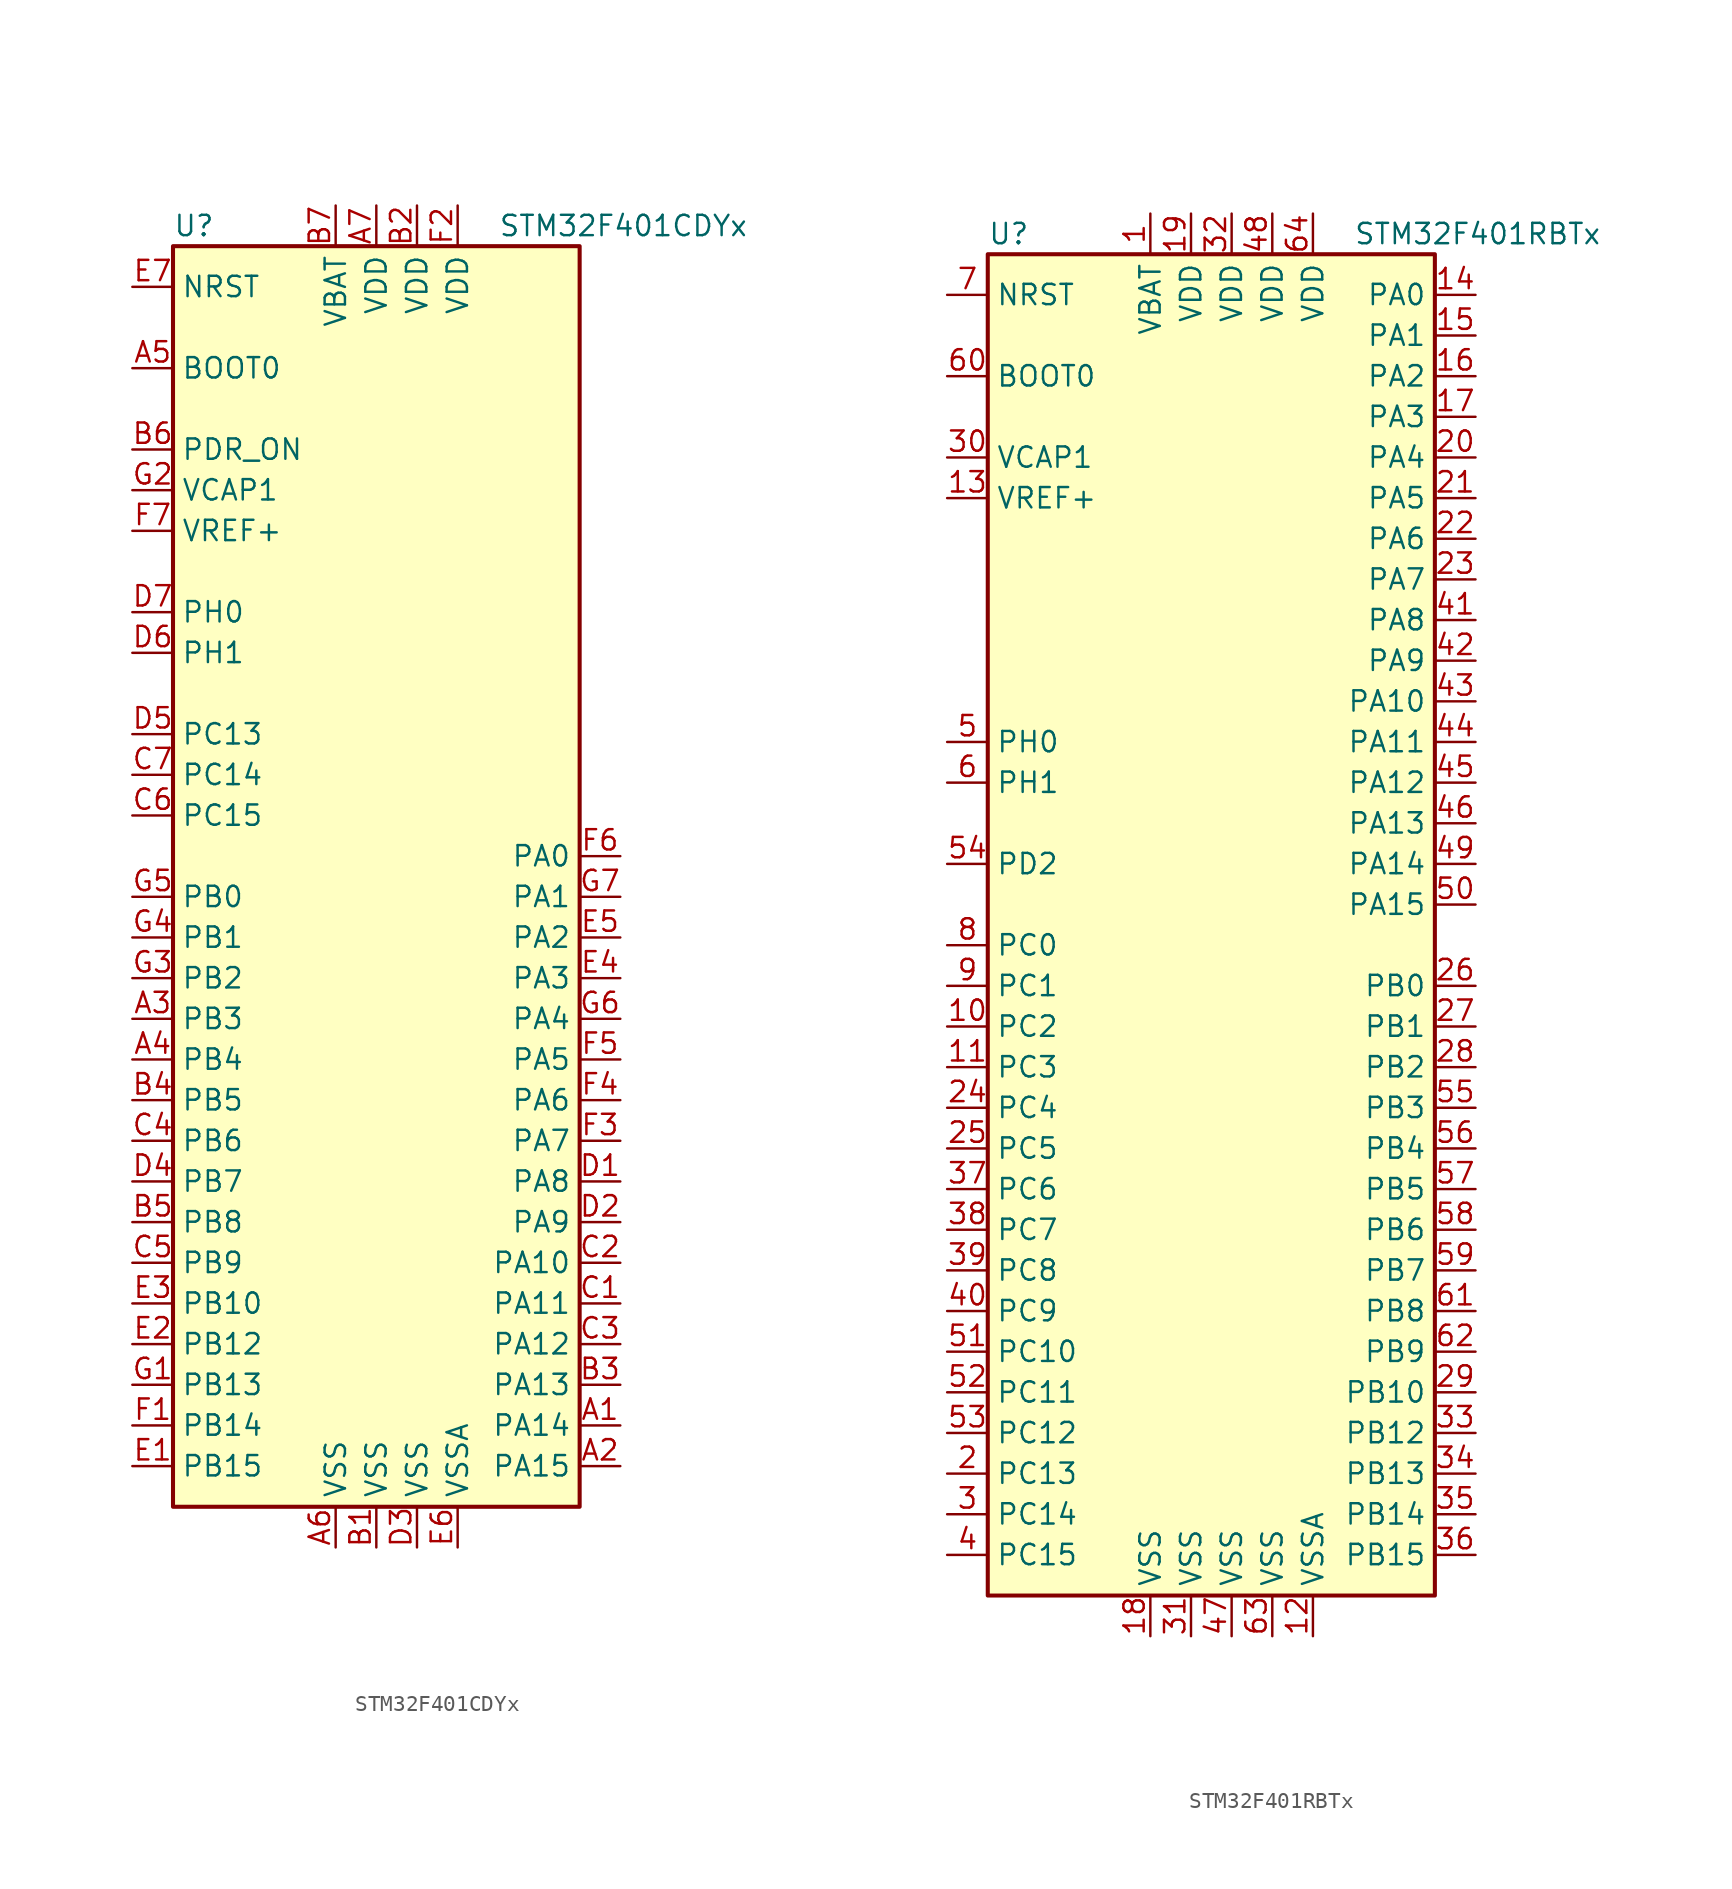
<source format=kicad_sym>
(kicad_symbol_lib
  (version 20201005)
  (generator kicad_symbol_editor)
  (symbol "STM32F401CDYx"
    (property "Reference" "U"
      (at -12.7 39.37 0)
      (effects (font (size 1.27 1.27)) (justify left)))
    (property "Value" "STM32F401CDYx"
      (at 7.62 39.37 0)
      (effects (font (size 1.27 1.27)) (justify left)))
    (symbol "STM32F401CDYx_0_1"
      (rectangle (start -12.7 -40.64) (end 12.7 38.1) (stroke (width 0.254)) (fill (type background))))
    (symbol "STM32F401CDYx_1_1"
      (pin input line (at -15.24 30.48 0) (length 2.54) (name "BOOT0" (effects (font (size 1.27 1.27)))) (number "A5" (effects (font (size 1.27 1.27)))))
      (pin input line (at -15.24 35.56 0) (length 2.54) (name "NRST" (effects (font (size 1.27 1.27)))) (number "E7" (effects (font (size 1.27 1.27)))))
      (pin bidirectional line (at 15.24 0 180) (length 2.54) (name "PA0" (effects (font (size 1.27 1.27)))) (number "F6" (effects (font (size 1.27 1.27)))))
      (pin bidirectional line (at 15.24 -2.54 180) (length 2.54) (name "PA1" (effects (font (size 1.27 1.27)))) (number "G7" (effects (font (size 1.27 1.27)))))
      (pin bidirectional line (at 15.24 -25.4 180) (length 2.54) (name "PA10" (effects (font (size 1.27 1.27)))) (number "C2" (effects (font (size 1.27 1.27)))))
      (pin bidirectional line (at 15.24 -27.94 180) (length 2.54) (name "PA11" (effects (font (size 1.27 1.27)))) (number "C1" (effects (font (size 1.27 1.27)))))
      (pin bidirectional line (at 15.24 -30.48 180) (length 2.54) (name "PA12" (effects (font (size 1.27 1.27)))) (number "C3" (effects (font (size 1.27 1.27)))))
      (pin bidirectional line (at 15.24 -33.02 180) (length 2.54) (name "PA13" (effects (font (size 1.27 1.27)))) (number "B3" (effects (font (size 1.27 1.27)))))
      (pin bidirectional line (at 15.24 -35.56 180) (length 2.54) (name "PA14" (effects (font (size 1.27 1.27)))) (number "A1" (effects (font (size 1.27 1.27)))))
      (pin bidirectional line (at 15.24 -38.1 180) (length 2.54) (name "PA15" (effects (font (size 1.27 1.27)))) (number "A2" (effects (font (size 1.27 1.27)))))
      (pin bidirectional line (at 15.24 -5.08 180) (length 2.54) (name "PA2" (effects (font (size 1.27 1.27)))) (number "E5" (effects (font (size 1.27 1.27)))))
      (pin bidirectional line (at 15.24 -7.62 180) (length 2.54) (name "PA3" (effects (font (size 1.27 1.27)))) (number "E4" (effects (font (size 1.27 1.27)))))
      (pin bidirectional line (at 15.24 -10.16 180) (length 2.54) (name "PA4" (effects (font (size 1.27 1.27)))) (number "G6" (effects (font (size 1.27 1.27)))))
      (pin bidirectional line (at 15.24 -12.7 180) (length 2.54) (name "PA5" (effects (font (size 1.27 1.27)))) (number "F5" (effects (font (size 1.27 1.27)))))
      (pin bidirectional line (at 15.24 -15.24 180) (length 2.54) (name "PA6" (effects (font (size 1.27 1.27)))) (number "F4" (effects (font (size 1.27 1.27)))))
      (pin bidirectional line (at 15.24 -17.78 180) (length 2.54) (name "PA7" (effects (font (size 1.27 1.27)))) (number "F3" (effects (font (size 1.27 1.27)))))
      (pin bidirectional line (at 15.24 -20.32 180) (length 2.54) (name "PA8" (effects (font (size 1.27 1.27)))) (number "D1" (effects (font (size 1.27 1.27)))))
      (pin bidirectional line (at 15.24 -22.86 180) (length 2.54) (name "PA9" (effects (font (size 1.27 1.27)))) (number "D2" (effects (font (size 1.27 1.27)))))
      (pin bidirectional line (at -15.24 -2.54 0) (length 2.54) (name "PB0" (effects (font (size 1.27 1.27)))) (number "G5" (effects (font (size 1.27 1.27)))))
      (pin bidirectional line (at -15.24 -5.08 0) (length 2.54) (name "PB1" (effects (font (size 1.27 1.27)))) (number "G4" (effects (font (size 1.27 1.27)))))
      (pin bidirectional line (at -15.24 -27.94 0) (length 2.54) (name "PB10" (effects (font (size 1.27 1.27)))) (number "E3" (effects (font (size 1.27 1.27)))))
      (pin bidirectional line (at -15.24 -30.48 0) (length 2.54) (name "PB12" (effects (font (size 1.27 1.27)))) (number "E2" (effects (font (size 1.27 1.27)))))
      (pin bidirectional line (at -15.24 -33.02 0) (length 2.54) (name "PB13" (effects (font (size 1.27 1.27)))) (number "G1" (effects (font (size 1.27 1.27)))))
      (pin bidirectional line (at -15.24 -35.56 0) (length 2.54) (name "PB14" (effects (font (size 1.27 1.27)))) (number "F1" (effects (font (size 1.27 1.27)))))
      (pin bidirectional line (at -15.24 -38.1 0) (length 2.54) (name "PB15" (effects (font (size 1.27 1.27)))) (number "E1" (effects (font (size 1.27 1.27)))))
      (pin bidirectional line (at -15.24 -7.62 0) (length 2.54) (name "PB2" (effects (font (size 1.27 1.27)))) (number "G3" (effects (font (size 1.27 1.27)))))
      (pin bidirectional line (at -15.24 -10.16 0) (length 2.54) (name "PB3" (effects (font (size 1.27 1.27)))) (number "A3" (effects (font (size 1.27 1.27)))))
      (pin bidirectional line (at -15.24 -12.7 0) (length 2.54) (name "PB4" (effects (font (size 1.27 1.27)))) (number "A4" (effects (font (size 1.27 1.27)))))
      (pin bidirectional line (at -15.24 -15.24 0) (length 2.54) (name "PB5" (effects (font (size 1.27 1.27)))) (number "B4" (effects (font (size 1.27 1.27)))))
      (pin bidirectional line (at -15.24 -17.78 0) (length 2.54) (name "PB6" (effects (font (size 1.27 1.27)))) (number "C4" (effects (font (size 1.27 1.27)))))
      (pin bidirectional line (at -15.24 -20.32 0) (length 2.54) (name "PB7" (effects (font (size 1.27 1.27)))) (number "D4" (effects (font (size 1.27 1.27)))))
      (pin bidirectional line (at -15.24 -22.86 0) (length 2.54) (name "PB8" (effects (font (size 1.27 1.27)))) (number "B5" (effects (font (size 1.27 1.27)))))
      (pin bidirectional line (at -15.24 -25.4 0) (length 2.54) (name "PB9" (effects (font (size 1.27 1.27)))) (number "C5" (effects (font (size 1.27 1.27)))))
      (pin bidirectional line (at -15.24 7.62 0) (length 2.54) (name "PC13" (effects (font (size 1.27 1.27)))) (number "D5" (effects (font (size 1.27 1.27)))))
      (pin bidirectional line (at -15.24 5.08 0) (length 2.54) (name "PC14" (effects (font (size 1.27 1.27)))) (number "C7" (effects (font (size 1.27 1.27)))))
      (pin bidirectional line (at -15.24 2.54 0) (length 2.54) (name "PC15" (effects (font (size 1.27 1.27)))) (number "C6" (effects (font (size 1.27 1.27)))))
      (pin power_in line (at -15.24 25.4 0) (length 2.54) (name "PDR_ON" (effects (font (size 1.27 1.27)))) (number "B6" (effects (font (size 1.27 1.27)))))
      (pin input line (at -15.24 15.24 0) (length 2.54) (name "PH0" (effects (font (size 1.27 1.27)))) (number "D7" (effects (font (size 1.27 1.27)))))
      (pin input line (at -15.24 12.7 0) (length 2.54) (name "PH1" (effects (font (size 1.27 1.27)))) (number "D6" (effects (font (size 1.27 1.27)))))
      (pin power_in line (at -2.54 40.64 270) (length 2.54) (name "VBAT" (effects (font (size 1.27 1.27)))) (number "B7" (effects (font (size 1.27 1.27)))))
      (pin power_in line (at -15.24 22.86 0) (length 2.54) (name "VCAP1" (effects (font (size 1.27 1.27)))) (number "G2" (effects (font (size 1.27 1.27)))))
      (pin power_in line (at 0 40.64 270) (length 2.54) (name "VDD" (effects (font (size 1.27 1.27)))) (number "A7" (effects (font (size 1.27 1.27)))))
      (pin power_in line (at 2.54 40.64 270) (length 2.54) (name "VDD" (effects (font (size 1.27 1.27)))) (number "B2" (effects (font (size 1.27 1.27)))))
      (pin power_in line (at 5.08 40.64 270) (length 2.54) (name "VDD" (effects (font (size 1.27 1.27)))) (number "F2" (effects (font (size 1.27 1.27)))))
      (pin power_in line (at -15.24 20.32 0) (length 2.54) (name "VREF+" (effects (font (size 1.27 1.27)))) (number "F7" (effects (font (size 1.27 1.27)))))
      (pin power_in line (at -2.54 -43.18 90) (length 2.54) (name "VSS" (effects (font (size 1.27 1.27)))) (number "A6" (effects (font (size 1.27 1.27)))))
      (pin power_in line (at 0 -43.18 90) (length 2.54) (name "VSS" (effects (font (size 1.27 1.27)))) (number "B1" (effects (font (size 1.27 1.27)))))
      (pin power_in line (at 2.54 -43.18 90) (length 2.54) (name "VSS" (effects (font (size 1.27 1.27)))) (number "D3" (effects (font (size 1.27 1.27)))))
      (pin power_in line (at 5.08 -43.18 90) (length 2.54) (name "VSSA" (effects (font (size 1.27 1.27)))) (number "E6" (effects (font (size 1.27 1.27)))))))
  (symbol "STM32F401RBTx"
    (property "Reference" "U"
      (at -15.24 41.91 0)
      (effects (font (size 1.27 1.27)) (justify left)))
    (property "Value" "STM32F401RBTx"
      (at 7.62 41.91 0)
      (effects (font (size 1.27 1.27)) (justify left)))
    (symbol "STM32F401RBTx_0_1"
      (rectangle (start -15.24 -43.18) (end 12.7 40.64) (stroke (width 0.254)) (fill (type background))))
    (symbol "STM32F401RBTx_1_1"
      (pin input line (at -17.78 33.02 0) (length 2.54) (name "BOOT0" (effects (font (size 1.27 1.27)))) (number "60" (effects (font (size 1.27 1.27)))))
      (pin input line (at -17.78 38.1 0) (length 2.54) (name "NRST" (effects (font (size 1.27 1.27)))) (number "7" (effects (font (size 1.27 1.27)))))
      (pin bidirectional line (at 15.24 38.1 180) (length 2.54) (name "PA0" (effects (font (size 1.27 1.27)))) (number "14" (effects (font (size 1.27 1.27)))))
      (pin bidirectional line (at 15.24 35.56 180) (length 2.54) (name "PA1" (effects (font (size 1.27 1.27)))) (number "15" (effects (font (size 1.27 1.27)))))
      (pin bidirectional line (at 15.24 12.7 180) (length 2.54) (name "PA10" (effects (font (size 1.27 1.27)))) (number "43" (effects (font (size 1.27 1.27)))))
      (pin bidirectional line (at 15.24 10.16 180) (length 2.54) (name "PA11" (effects (font (size 1.27 1.27)))) (number "44" (effects (font (size 1.27 1.27)))))
      (pin bidirectional line (at 15.24 7.62 180) (length 2.54) (name "PA12" (effects (font (size 1.27 1.27)))) (number "45" (effects (font (size 1.27 1.27)))))
      (pin bidirectional line (at 15.24 5.08 180) (length 2.54) (name "PA13" (effects (font (size 1.27 1.27)))) (number "46" (effects (font (size 1.27 1.27)))))
      (pin bidirectional line (at 15.24 2.54 180) (length 2.54) (name "PA14" (effects (font (size 1.27 1.27)))) (number "49" (effects (font (size 1.27 1.27)))))
      (pin bidirectional line (at 15.24 0 180) (length 2.54) (name "PA15" (effects (font (size 1.27 1.27)))) (number "50" (effects (font (size 1.27 1.27)))))
      (pin bidirectional line (at 15.24 33.02 180) (length 2.54) (name "PA2" (effects (font (size 1.27 1.27)))) (number "16" (effects (font (size 1.27 1.27)))))
      (pin bidirectional line (at 15.24 30.48 180) (length 2.54) (name "PA3" (effects (font (size 1.27 1.27)))) (number "17" (effects (font (size 1.27 1.27)))))
      (pin bidirectional line (at 15.24 27.94 180) (length 2.54) (name "PA4" (effects (font (size 1.27 1.27)))) (number "20" (effects (font (size 1.27 1.27)))))
      (pin bidirectional line (at 15.24 25.4 180) (length 2.54) (name "PA5" (effects (font (size 1.27 1.27)))) (number "21" (effects (font (size 1.27 1.27)))))
      (pin bidirectional line (at 15.24 22.86 180) (length 2.54) (name "PA6" (effects (font (size 1.27 1.27)))) (number "22" (effects (font (size 1.27 1.27)))))
      (pin bidirectional line (at 15.24 20.32 180) (length 2.54) (name "PA7" (effects (font (size 1.27 1.27)))) (number "23" (effects (font (size 1.27 1.27)))))
      (pin bidirectional line (at 15.24 17.78 180) (length 2.54) (name "PA8" (effects (font (size 1.27 1.27)))) (number "41" (effects (font (size 1.27 1.27)))))
      (pin bidirectional line (at 15.24 15.24 180) (length 2.54) (name "PA9" (effects (font (size 1.27 1.27)))) (number "42" (effects (font (size 1.27 1.27)))))
      (pin bidirectional line (at 15.24 -5.08 180) (length 2.54) (name "PB0" (effects (font (size 1.27 1.27)))) (number "26" (effects (font (size 1.27 1.27)))))
      (pin bidirectional line (at 15.24 -7.62 180) (length 2.54) (name "PB1" (effects (font (size 1.27 1.27)))) (number "27" (effects (font (size 1.27 1.27)))))
      (pin bidirectional line (at 15.24 -30.48 180) (length 2.54) (name "PB10" (effects (font (size 1.27 1.27)))) (number "29" (effects (font (size 1.27 1.27)))))
      (pin bidirectional line (at 15.24 -33.02 180) (length 2.54) (name "PB12" (effects (font (size 1.27 1.27)))) (number "33" (effects (font (size 1.27 1.27)))))
      (pin bidirectional line (at 15.24 -35.56 180) (length 2.54) (name "PB13" (effects (font (size 1.27 1.27)))) (number "34" (effects (font (size 1.27 1.27)))))
      (pin bidirectional line (at 15.24 -38.1 180) (length 2.54) (name "PB14" (effects (font (size 1.27 1.27)))) (number "35" (effects (font (size 1.27 1.27)))))
      (pin bidirectional line (at 15.24 -40.64 180) (length 2.54) (name "PB15" (effects (font (size 1.27 1.27)))) (number "36" (effects (font (size 1.27 1.27)))))
      (pin bidirectional line (at 15.24 -10.16 180) (length 2.54) (name "PB2" (effects (font (size 1.27 1.27)))) (number "28" (effects (font (size 1.27 1.27)))))
      (pin bidirectional line (at 15.24 -12.7 180) (length 2.54) (name "PB3" (effects (font (size 1.27 1.27)))) (number "55" (effects (font (size 1.27 1.27)))))
      (pin bidirectional line (at 15.24 -15.24 180) (length 2.54) (name "PB4" (effects (font (size 1.27 1.27)))) (number "56" (effects (font (size 1.27 1.27)))))
      (pin bidirectional line (at 15.24 -17.78 180) (length 2.54) (name "PB5" (effects (font (size 1.27 1.27)))) (number "57" (effects (font (size 1.27 1.27)))))
      (pin bidirectional line (at 15.24 -20.32 180) (length 2.54) (name "PB6" (effects (font (size 1.27 1.27)))) (number "58" (effects (font (size 1.27 1.27)))))
      (pin bidirectional line (at 15.24 -22.86 180) (length 2.54) (name "PB7" (effects (font (size 1.27 1.27)))) (number "59" (effects (font (size 1.27 1.27)))))
      (pin bidirectional line (at 15.24 -25.4 180) (length 2.54) (name "PB8" (effects (font (size 1.27 1.27)))) (number "61" (effects (font (size 1.27 1.27)))))
      (pin bidirectional line (at 15.24 -27.94 180) (length 2.54) (name "PB9" (effects (font (size 1.27 1.27)))) (number "62" (effects (font (size 1.27 1.27)))))
      (pin bidirectional line (at -17.78 -2.54 0) (length 2.54) (name "PC0" (effects (font (size 1.27 1.27)))) (number "8" (effects (font (size 1.27 1.27)))))
      (pin bidirectional line (at -17.78 -5.08 0) (length 2.54) (name "PC1" (effects (font (size 1.27 1.27)))) (number "9" (effects (font (size 1.27 1.27)))))
      (pin bidirectional line (at -17.78 -27.94 0) (length 2.54) (name "PC10" (effects (font (size 1.27 1.27)))) (number "51" (effects (font (size 1.27 1.27)))))
      (pin bidirectional line (at -17.78 -30.48 0) (length 2.54) (name "PC11" (effects (font (size 1.27 1.27)))) (number "52" (effects (font (size 1.27 1.27)))))
      (pin bidirectional line (at -17.78 -33.02 0) (length 2.54) (name "PC12" (effects (font (size 1.27 1.27)))) (number "53" (effects (font (size 1.27 1.27)))))
      (pin bidirectional line (at -17.78 -35.56 0) (length 2.54) (name "PC13" (effects (font (size 1.27 1.27)))) (number "2" (effects (font (size 1.27 1.27)))))
      (pin bidirectional line (at -17.78 -38.1 0) (length 2.54) (name "PC14" (effects (font (size 1.27 1.27)))) (number "3" (effects (font (size 1.27 1.27)))))
      (pin bidirectional line (at -17.78 -40.64 0) (length 2.54) (name "PC15" (effects (font (size 1.27 1.27)))) (number "4" (effects (font (size 1.27 1.27)))))
      (pin bidirectional line (at -17.78 -7.62 0) (length 2.54) (name "PC2" (effects (font (size 1.27 1.27)))) (number "10" (effects (font (size 1.27 1.27)))))
      (pin bidirectional line (at -17.78 -10.16 0) (length 2.54) (name "PC3" (effects (font (size 1.27 1.27)))) (number "11" (effects (font (size 1.27 1.27)))))
      (pin bidirectional line (at -17.78 -12.7 0) (length 2.54) (name "PC4" (effects (font (size 1.27 1.27)))) (number "24" (effects (font (size 1.27 1.27)))))
      (pin bidirectional line (at -17.78 -15.24 0) (length 2.54) (name "PC5" (effects (font (size 1.27 1.27)))) (number "25" (effects (font (size 1.27 1.27)))))
      (pin bidirectional line (at -17.78 -17.78 0) (length 2.54) (name "PC6" (effects (font (size 1.27 1.27)))) (number "37" (effects (font (size 1.27 1.27)))))
      (pin bidirectional line (at -17.78 -20.32 0) (length 2.54) (name "PC7" (effects (font (size 1.27 1.27)))) (number "38" (effects (font (size 1.27 1.27)))))
      (pin bidirectional line (at -17.78 -22.86 0) (length 2.54) (name "PC8" (effects (font (size 1.27 1.27)))) (number "39" (effects (font (size 1.27 1.27)))))
      (pin bidirectional line (at -17.78 -25.4 0) (length 2.54) (name "PC9" (effects (font (size 1.27 1.27)))) (number "40" (effects (font (size 1.27 1.27)))))
      (pin bidirectional line (at -17.78 2.54 0) (length 2.54) (name "PD2" (effects (font (size 1.27 1.27)))) (number "54" (effects (font (size 1.27 1.27)))))
      (pin input line (at -17.78 10.16 0) (length 2.54) (name "PH0" (effects (font (size 1.27 1.27)))) (number "5" (effects (font (size 1.27 1.27)))))
      (pin input line (at -17.78 7.62 0) (length 2.54) (name "PH1" (effects (font (size 1.27 1.27)))) (number "6" (effects (font (size 1.27 1.27)))))
      (pin power_in line (at -5.08 43.18 270) (length 2.54) (name "VBAT" (effects (font (size 1.27 1.27)))) (number "1" (effects (font (size 1.27 1.27)))))
      (pin power_in line (at -17.78 27.94 0) (length 2.54) (name "VCAP1" (effects (font (size 1.27 1.27)))) (number "30" (effects (font (size 1.27 1.27)))))
      (pin power_in line (at -2.54 43.18 270) (length 2.54) (name "VDD" (effects (font (size 1.27 1.27)))) (number "19" (effects (font (size 1.27 1.27)))))
      (pin power_in line (at 0 43.18 270) (length 2.54) (name "VDD" (effects (font (size 1.27 1.27)))) (number "32" (effects (font (size 1.27 1.27)))))
      (pin power_in line (at 2.54 43.18 270) (length 2.54) (name "VDD" (effects (font (size 1.27 1.27)))) (number "48" (effects (font (size 1.27 1.27)))))
      (pin power_in line (at 5.08 43.18 270) (length 2.54) (name "VDD" (effects (font (size 1.27 1.27)))) (number "64" (effects (font (size 1.27 1.27)))))
      (pin power_in line (at -17.78 25.4 0) (length 2.54) (name "VREF+" (effects (font (size 1.27 1.27)))) (number "13" (effects (font (size 1.27 1.27)))))
      (pin power_in line (at -5.08 -45.72 90) (length 2.54) (name "VSS" (effects (font (size 1.27 1.27)))) (number "18" (effects (font (size 1.27 1.27)))))
      (pin power_in line (at -2.54 -45.72 90) (length 2.54) (name "VSS" (effects (font (size 1.27 1.27)))) (number "31" (effects (font (size 1.27 1.27)))))
      (pin power_in line (at 0 -45.72 90) (length 2.54) (name "VSS" (effects (font (size 1.27 1.27)))) (number "47" (effects (font (size 1.27 1.27)))))
      (pin power_in line (at 2.54 -45.72 90) (length 2.54) (name "VSS" (effects (font (size 1.27 1.27)))) (number "63" (effects (font (size 1.27 1.27)))))
      (pin power_in line (at 5.08 -45.72 90) (length 2.54) (name "VSSA" (effects (font (size 1.27 1.27)))) (number "12" (effects (font (size 1.27 1.27))))))))
</source>
